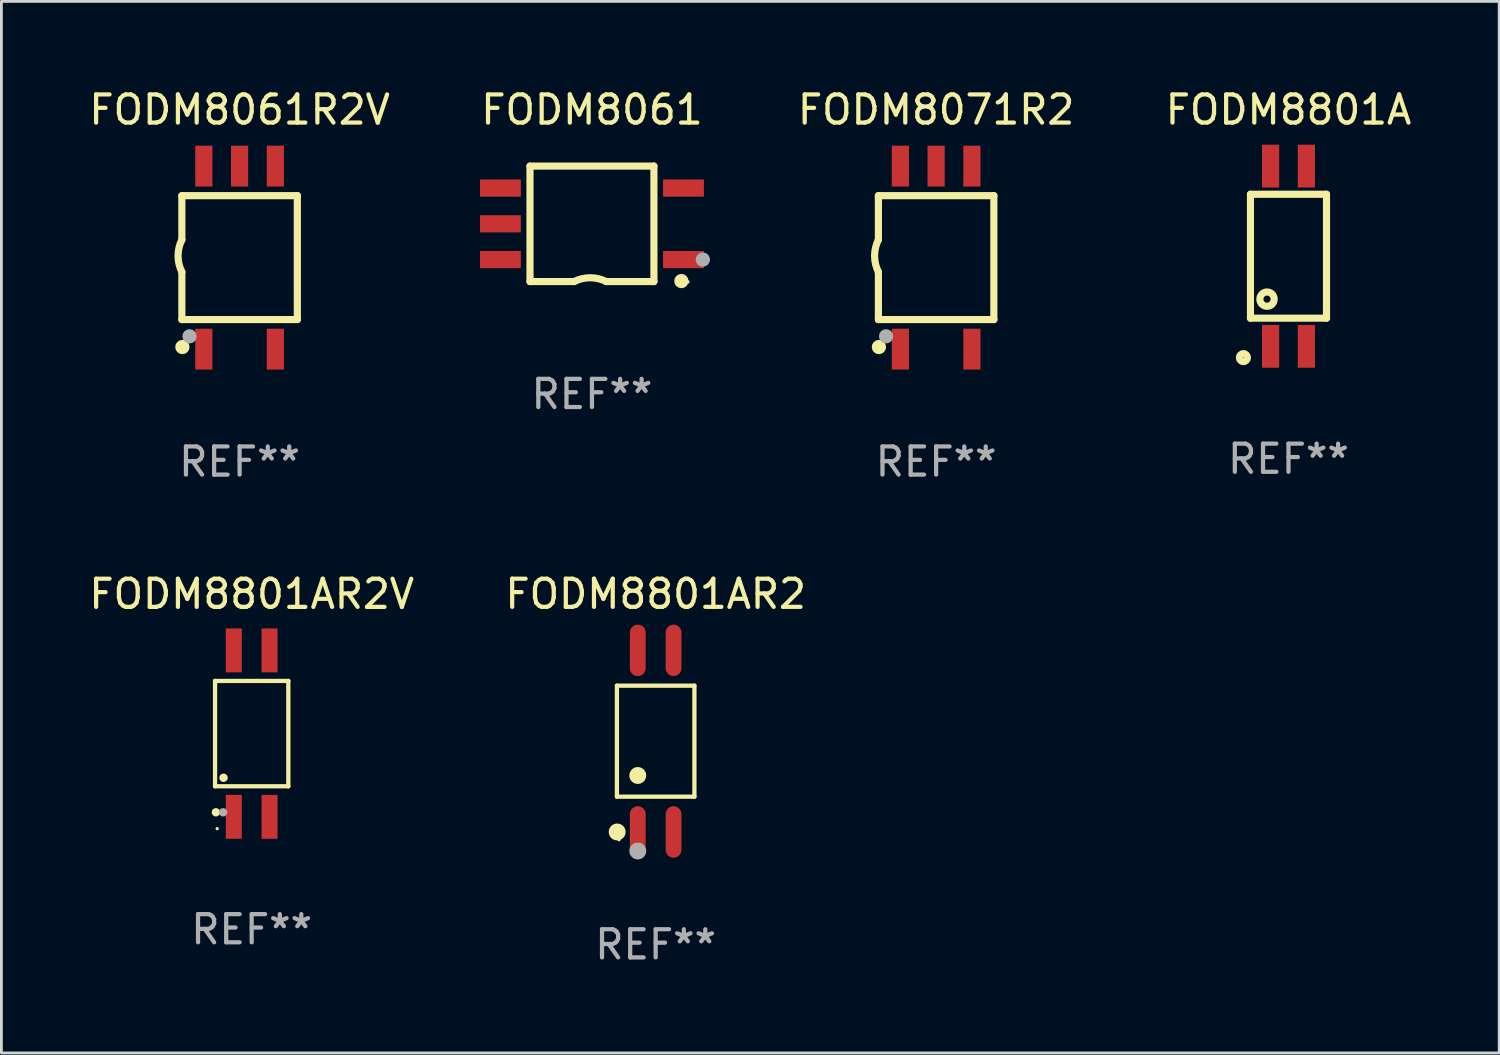
<source format=kicad_pcb>
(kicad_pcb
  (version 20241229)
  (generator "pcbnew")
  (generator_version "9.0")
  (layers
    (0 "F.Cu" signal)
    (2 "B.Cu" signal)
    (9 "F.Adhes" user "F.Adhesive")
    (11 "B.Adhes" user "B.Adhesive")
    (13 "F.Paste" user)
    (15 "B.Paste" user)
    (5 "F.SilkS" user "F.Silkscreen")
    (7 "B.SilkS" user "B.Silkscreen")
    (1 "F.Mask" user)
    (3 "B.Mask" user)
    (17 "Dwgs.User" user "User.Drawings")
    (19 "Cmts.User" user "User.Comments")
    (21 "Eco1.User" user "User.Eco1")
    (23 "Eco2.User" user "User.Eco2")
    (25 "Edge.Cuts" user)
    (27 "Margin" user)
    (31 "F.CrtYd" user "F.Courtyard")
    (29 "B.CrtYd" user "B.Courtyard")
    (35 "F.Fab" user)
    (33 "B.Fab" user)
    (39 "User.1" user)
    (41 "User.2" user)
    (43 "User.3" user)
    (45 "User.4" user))
  (footprint "FODM8801A"
    (layer "F.Cu")
    (at 42.703 6.048)
    (property "Reference" "FODM8801A" (at 0 -5.2 0) (layer "F.SilkS") (effects (font (size 1 1) (thickness 0.15))))
    (attr through_hole)
    (fp_line (start -1.35 -2.2) (end 1.35 -2.2) (stroke (width 0.254) (type solid)) (layer "F.SilkS"))
    (fp_line (start -1.35 2.2) (end -1.35 -2.2) (stroke (width 0.254) (type solid)) (layer "F.SilkS"))
    (fp_line (start 1.35 -2.2) (end 1.35 2.2) (stroke (width 0.254) (type solid)) (layer "F.SilkS"))
    (fp_line (start 1.35 2.2) (end -1.35 2.2) (stroke (width 0.254) (type solid)) (layer "F.SilkS"))
    (fp_circle (center -1.6 3.6) (end -1.459 3.6) (stroke (width 0.254) (type solid)) (fill no) (layer "F.SilkS"))
    (fp_circle (center -0.762 1.524) (end -0.508 1.524) (stroke (width 0.254) (type solid)) (fill no) (layer "F.SilkS"))
    (fp_text user "REF**" (at 0 7.2 0) (layer "F.Fab") (effects (font (size 1 1) (thickness 0.15))))
    (pad "1" smd rect (at -0.635 3.2 90) (size 1.52 0.61) (layers "F.Cu" "F.Mask" "F.Paste"))
    (pad "2" smd rect (at 0.635 3.2 90) (size 1.52 0.61) (layers "F.Cu" "F.Mask" "F.Paste"))
    (pad "3" smd rect (at 0.635 -3.2 270) (size 1.52 0.61) (layers "F.Cu" "F.Mask" "F.Paste"))
    (pad "4" smd rect (at -0.635 -3.2 270) (size 1.52 0.61) (layers "F.Cu" "F.Mask" "F.Paste")))
  (footprint "FODM8071R2"
    (layer "F.Cu")
    (at 30.191 6.098)
    (property "Reference" "FODM8071R2" (at 0 -5.25 0) (layer "F.SilkS") (effects (font (size 1 1) (thickness 0.15))))
    (attr through_hole)
    (fp_line (start -2.05 2.2) (end -2.05 0.508) (stroke (width 0.254) (type solid)) (layer "F.SilkS"))
    (fp_line (start -2.05 -2.2) (end -2.05 -0.635) (stroke (width 0.254) (type solid)) (layer "F.SilkS"))
    (fp_line (start -2.05 -2.2) (end 2.05 -2.2) (stroke (width 0.254) (type solid)) (layer "F.SilkS"))
    (fp_line (start 2.05 -2.2) (end 2.05 2.2) (stroke (width 0.254) (type solid)) (layer "F.SilkS"))
    (fp_line (start 2.05 2.2) (end -2.05 2.2) (stroke (width 0.254) (type solid)) (layer "F.SilkS"))
    (fp_arc (start -2.049771 0.509271) (mid -2.184898 -0.062815) (end -2.049975 -0.63495) (stroke (width 0.254001) (type solid)) (layer "F.SilkS"))
    (fp_circle (center -2.05 3.15) (end -2.02 3.15) (stroke (width 0.06) (type solid)) (fill no) (layer "F.SilkS"))
    (fp_circle (center -2.032 3.175) (end -1.905 3.175) (stroke (width 0.254) (type solid)) (fill no) (layer "F.SilkS"))
    (fp_circle (center -1.778 2.794) (end -1.651 2.794) (stroke (width 0.254) (type solid)) (fill no) (layer "F.Fab"))
    (fp_text user "REF**" (at 0 7.25 0) (layer "F.Fab") (effects (font (size 1 1) (thickness 0.15))))
    (pad "1" smd rect (at -1.27 3.25 90) (size 1.45 0.61) (layers "F.Cu" "F.Mask" "F.Paste"))
    (pad "3" smd rect (at 1.27 3.25 90) (size 1.45 0.61) (layers "F.Cu" "F.Mask" "F.Paste"))
    (pad "4" smd rect (at 1.27 -3.25 90) (size 1.45 0.61) (layers "F.Cu" "F.Mask" "F.Paste"))
    (pad "5" smd rect (at 0.000013 -3.25 90) (size 1.45 0.61) (layers "F.Cu" "F.Mask" "F.Paste"))
    (pad "6" smd rect (at -1.27 -3.25 90) (size 1.45 0.61) (layers "F.Cu" "F.Mask" "F.Paste")))
  (footprint "FODM8801AR2V"
    (layer "F.Cu")
    (at 5.887 23)
    (property "Reference" "FODM8801AR2V" (at 0 -4.955 0) (layer "F.SilkS") (effects (font (size 1 1) (thickness 0.15))))
    (attr through_hole)
    (fp_line (start -1.301 -1.87) (end 1.301 -1.87) (stroke (width 0.152) (type solid)) (layer "F.SilkS"))
    (fp_line (start -1.301 1.87) (end -1.301 -1.87) (stroke (width 0.152) (type solid)) (layer "F.SilkS"))
    (fp_line (start 1.301 -1.87) (end 1.301 1.87) (stroke (width 0.152) (type solid)) (layer "F.SilkS"))
    (fp_line (start 1.301 1.87) (end -1.301 1.87) (stroke (width 0.152) (type solid)) (layer "F.SilkS"))
    (fp_circle (center -1.27 2.794) (end -1.195 2.794) (stroke (width 0.15) (type solid)) (fill no) (layer "F.SilkS"))
    (fp_circle (center -1.225 3.375) (end -1.195 3.375) (stroke (width 0.06) (type solid)) (fill no) (layer "F.SilkS"))
    (fp_circle (center -0.999 1.568) (end -0.924 1.568) (stroke (width 0.15) (type solid)) (fill no) (layer "F.SilkS"))
    (fp_circle (center -1.016 2.794) (end -0.941 2.794) (stroke (width 0.15) (type solid)) (fill no) (layer "F.Fab"))
    (fp_text user "REF**" (at 0 6.955 0) (layer "F.Fab") (effects (font (size 1 1) (thickness 0.15))))
    (pad "1" smd rect (at -0.635 2.955) (size 0.568 1.56) (layers "F.Cu" "F.Mask" "F.Paste"))
    (pad "2" smd rect (at 0.635 2.955) (size 0.568 1.56) (layers "F.Cu" "F.Mask" "F.Paste"))
    (pad "3" smd rect (at 0.635 -2.955) (size 0.568 1.56) (layers "F.Cu" "F.Mask" "F.Paste"))
    (pad "4" smd rect (at -0.635 -2.955) (size 0.568 1.56) (layers "F.Cu" "F.Mask" "F.Paste")))
  (footprint "FODM8801AR2"
    (layer "F.Cu")
    (at 20.232 23.268)
    (property "Reference" "FODM8801AR2" (at 0 -5.224 0) (layer "F.SilkS") (effects (font (size 1 1) (thickness 0.15))))
    (attr through_hole)
    (fp_line (start -1.376 -1.971) (end 1.376 -1.971) (stroke (width 0.152) (type solid)) (layer "F.SilkS"))
    (fp_line (start -1.376 1.971) (end -1.376 -1.971) (stroke (width 0.152) (type solid)) (layer "F.SilkS"))
    (fp_line (start 1.376 -1.971) (end 1.376 1.971) (stroke (width 0.152) (type solid)) (layer "F.SilkS"))
    (fp_line (start 1.376 1.971) (end -1.376 1.971) (stroke (width 0.152) (type solid)) (layer "F.SilkS"))
    (fp_circle (center -1.367 3.224) (end -1.217 3.224) (stroke (width 0.3) (type solid)) (fill no) (layer "F.SilkS"))
    (fp_circle (center -1.3 3.5) (end -1.27 3.5) (stroke (width 0.06) (type solid)) (fill no) (layer "F.SilkS"))
    (fp_circle (center -0.635 1.219) (end -0.485 1.219) (stroke (width 0.3) (type solid)) (fill no) (layer "F.SilkS"))
    (fp_circle (center -0.635 3.9) (end -0.485 3.9) (stroke (width 0.3) (type solid)) (fill no) (layer "F.Fab"))
    (fp_text user "REF**" (at 0 7.224 0) (layer "F.Fab") (effects (font (size 1 1) (thickness 0.15))))
    (pad "1" smd oval (at -0.635 3.224) (size 0.56 1.827) (layers "F.Cu" "F.Mask" "F.Paste"))
    (pad "2" smd oval (at 0.635 3.224) (size 0.56 1.827) (layers "F.Cu" "F.Mask" "F.Paste"))
    (pad "3" smd oval (at 0.635 -3.224) (size 0.56 1.827) (layers "F.Cu" "F.Mask" "F.Paste"))
    (pad "4" smd oval (at -0.635 -3.224) (size 0.56 1.827) (layers "F.Cu" "F.Mask" "F.Paste")))
  (footprint "FODM8061R2V"
    (layer "F.Cu")
    (at 5.458 6.098)
    (property "Reference" "FODM8061R2V" (at 0 -5.25 0) (layer "F.SilkS") (effects (font (size 1 1) (thickness 0.15))))
    (attr through_hole)
    (fp_line (start -2.05 2.2) (end -2.05 0.508) (stroke (width 0.254) (type solid)) (layer "F.SilkS"))
    (fp_line (start -2.05 -2.2) (end -2.05 -0.635) (stroke (width 0.254) (type solid)) (layer "F.SilkS"))
    (fp_line (start -2.05 -2.2) (end 2.05 -2.2) (stroke (width 0.254) (type solid)) (layer "F.SilkS"))
    (fp_line (start 2.05 -2.2) (end 2.05 2.2) (stroke (width 0.254) (type solid)) (layer "F.SilkS"))
    (fp_line (start 2.05 2.2) (end -2.05 2.2) (stroke (width 0.254) (type solid)) (layer "F.SilkS"))
    (fp_arc (start -2.049771 0.509271) (mid -2.184898 -0.062815) (end -2.049975 -0.63495) (stroke (width 0.254001) (type solid)) (layer "F.SilkS"))
    (fp_circle (center -2.05 3.15) (end -2.02 3.15) (stroke (width 0.06) (type solid)) (fill no) (layer "F.SilkS"))
    (fp_circle (center -2.032 3.175) (end -1.905 3.175) (stroke (width 0.254) (type solid)) (fill no) (layer "F.SilkS"))
    (fp_circle (center -1.778 2.794) (end -1.651 2.794) (stroke (width 0.254) (type solid)) (fill no) (layer "F.Fab"))
    (fp_text user "REF**" (at 0 7.25 0) (layer "F.Fab") (effects (font (size 1 1) (thickness 0.15))))
    (pad "1" smd rect (at -1.27 3.25 90) (size 1.45 0.61) (layers "F.Cu" "F.Mask" "F.Paste"))
    (pad "3" smd rect (at 1.27 3.25 90) (size 1.45 0.61) (layers "F.Cu" "F.Mask" "F.Paste"))
    (pad "4" smd rect (at 1.27 -3.25 90) (size 1.45 0.61) (layers "F.Cu" "F.Mask" "F.Paste"))
    (pad "5" smd rect (at 0.000013 -3.25 90) (size 1.45 0.61) (layers "F.Cu" "F.Mask" "F.Paste"))
    (pad "6" smd rect (at -1.27 -3.25 90) (size 1.45 0.61) (layers "F.Cu" "F.Mask" "F.Paste")))
  (footprint "FODM8061"
    (layer "F.Cu")
    (at 17.97 4.898)
    (property "Reference" "FODM8061" (at 0 -4.05 0) (layer "F.SilkS") (effects (font (size 1 1) (thickness 0.15))))
    (attr through_hole)
    (fp_line (start -2.2 -2.05) (end 2.2 -2.05) (stroke (width 0.254) (type solid)) (layer "F.SilkS"))
    (fp_line (start -2.2 2.05) (end -2.2 -2.05) (stroke (width 0.254) (type solid)) (layer "F.SilkS"))
    (fp_line (start -2.2 2.05) (end -0.635 2.05) (stroke (width 0.254) (type solid)) (layer "F.SilkS"))
    (fp_line (start 2.2 -2.05) (end 2.2 2.05) (stroke (width 0.254) (type solid)) (layer "F.SilkS"))
    (fp_line (start 2.2 2.05) (end 0.508 2.05) (stroke (width 0.254) (type solid)) (layer "F.SilkS"))
    (fp_arc (start -0.635027 2.049987) (mid -0.06294 1.914796) (end 0.509194 2.049784) (stroke (width 0.254001) (type solid)) (layer "F.SilkS"))
    (fp_circle (center 3.175 2.032) (end 3.302 2.032) (stroke (width 0.254) (type solid)) (fill no) (layer "F.SilkS"))
    (fp_circle (center 3.404 2.062) (end 3.437 2.062) (stroke (width 0.06) (type solid)) (fill no) (layer "F.SilkS"))
    (fp_circle (center 3.937 1.27) (end 4.064 1.27) (stroke (width 0.254) (type solid)) (fill no) (layer "F.Fab"))
    (fp_text user "REF**" (at 0 6.05 0) (layer "F.Fab") (effects (font (size 1 1) (thickness 0.15))))
    (pad "1" smd rect (at 3.25 1.27 180) (size 1.45 0.61) (layers "F.Cu" "F.Mask" "F.Paste"))
    (pad "3" smd rect (at 3.25 -1.27 180) (size 1.45 0.61) (layers "F.Cu" "F.Mask" "F.Paste"))
    (pad "4" smd rect (at -3.25 -1.27 180) (size 1.45 0.61) (layers "F.Cu" "F.Mask" "F.Paste"))
    (pad "5" smd rect (at -3.25 0.000102 180) (size 1.45 0.61) (layers "F.Cu" "F.Mask" "F.Paste"))
    (pad "6" smd rect (at -3.25 1.27 180) (size 1.45 0.61) (layers "F.Cu" "F.Mask" "F.Paste")))
  (gr_rect
    (start -3 -3)
    (end 50.185 34.34)
    (stroke (width 0.1) (type default))
    (fill no)
    (layer "Edge.Cuts")))
</source>
